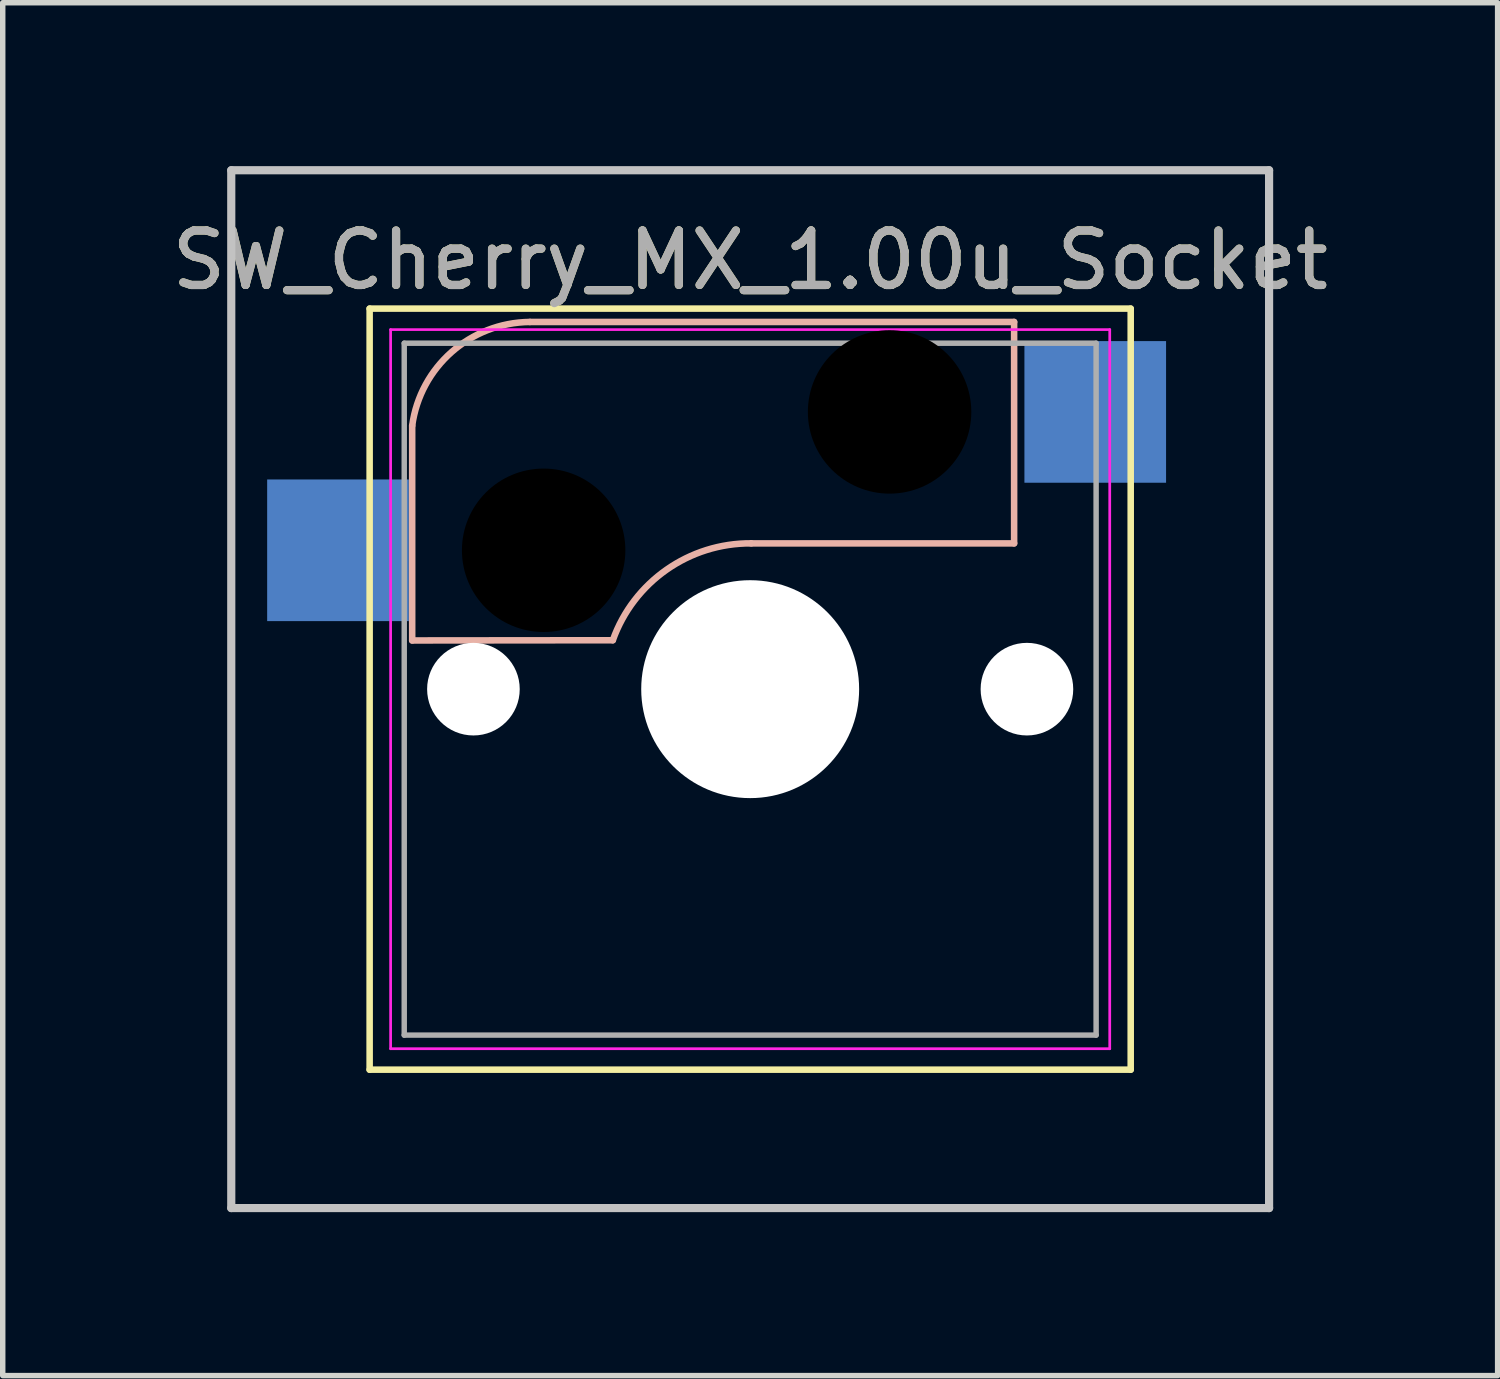
<source format=kicad_pcb>
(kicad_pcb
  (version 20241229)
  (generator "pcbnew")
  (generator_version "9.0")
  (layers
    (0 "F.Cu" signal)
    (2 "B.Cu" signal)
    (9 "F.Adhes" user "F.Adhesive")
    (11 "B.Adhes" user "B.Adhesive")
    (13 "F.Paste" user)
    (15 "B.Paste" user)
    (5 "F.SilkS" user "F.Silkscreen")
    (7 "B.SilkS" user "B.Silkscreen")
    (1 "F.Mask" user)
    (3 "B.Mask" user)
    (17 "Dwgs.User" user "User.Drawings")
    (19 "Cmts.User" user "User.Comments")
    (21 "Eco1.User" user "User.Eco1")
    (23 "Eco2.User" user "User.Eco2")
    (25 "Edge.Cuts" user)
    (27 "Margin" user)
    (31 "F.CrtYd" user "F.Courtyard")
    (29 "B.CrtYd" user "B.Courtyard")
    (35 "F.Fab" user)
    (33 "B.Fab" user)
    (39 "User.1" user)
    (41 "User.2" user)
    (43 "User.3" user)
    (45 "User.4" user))
  (footprint "SW_Cherry_MX_1.00u_Socket"
    (layer "F.Cu")
    (at 13.26 4.52)
    (property "Reference" "SW_Cherry_MX_1.00u_Socket" (at -2.54 -2.794 0) (layer "F.SilkS") (effects (font (size 1 1) (thickness 0.15))))
    (attr through_hole)
    (fp_line (start -9.525 -1.905) (end 4.445 -1.905) (stroke (width 0.12) (type solid)) (layer "F.SilkS"))
    (fp_line (start -9.525 12.065) (end -9.525 -1.905) (stroke (width 0.12) (type solid)) (layer "F.SilkS"))
    (fp_line (start 4.445 -1.905) (end 4.445 12.065) (stroke (width 0.12) (type solid)) (layer "F.SilkS"))
    (fp_line (start 4.445 12.065) (end -9.525 12.065) (stroke (width 0.12) (type solid)) (layer "F.SilkS"))
    (fp_line (start -8.744 4.186) (end -8.744 0.245) (stroke (width 0.12) (type solid)) (layer "B.SilkS"))
    (fp_line (start -8.744 4.186) (end -5.061 4.182) (stroke (width 0.12) (type solid)) (layer "B.SilkS"))
    (fp_line (start -2.521 2.404) (end 2.305 2.404) (stroke (width 0.12) (type solid)) (layer "B.SilkS"))
    (fp_line (start 2.305 -1.66) (end -6.585 -1.66) (stroke (width 0.12) (type solid)) (layer "B.SilkS"))
    (fp_line (start 2.305 2.404) (end 2.305 -1.66) (stroke (width 0.12) (type solid)) (layer "B.SilkS"))
    (fp_arc (start -8.74408 0.244744) (mid -8.018786 -1.10919) (end -6.58508 -1.660256) (stroke (width 0.12) (type solid)) (layer "B.SilkS"))
    (fp_arc (start -5.06108 4.181744) (mid -4.074771 2.887471) (end -2.52108 2.403744) (stroke (width 0.12) (type solid)) (layer "B.SilkS"))
    (fp_line (start -12.065 -4.445) (end 6.985 -4.445) (stroke (width 0.15) (type solid)) (layer "Dwgs.User"))
    (fp_line (start -12.065 14.605) (end -12.065 -4.445) (stroke (width 0.15) (type solid)) (layer "Dwgs.User"))
    (fp_line (start 6.985 -4.445) (end 6.985 14.605) (stroke (width 0.15) (type solid)) (layer "Dwgs.User"))
    (fp_line (start 6.985 14.605) (end -12.065 14.605) (stroke (width 0.15) (type solid)) (layer "Dwgs.User"))
    (fp_line (start -9.14 -1.52) (end 4.06 -1.52) (stroke (width 0.05) (type solid)) (layer "F.CrtYd"))
    (fp_line (start -9.14 11.68) (end -9.14 -1.52) (stroke (width 0.05) (type solid)) (layer "F.CrtYd"))
    (fp_line (start 4.06 -1.52) (end 4.06 11.68) (stroke (width 0.05) (type solid)) (layer "F.CrtYd"))
    (fp_line (start 4.06 11.68) (end -9.14 11.68) (stroke (width 0.05) (type solid)) (layer "F.CrtYd"))
    (fp_line (start -8.89 -1.27) (end 3.81 -1.27) (stroke (width 0.1) (type solid)) (layer "F.Fab"))
    (fp_line (start -8.89 11.43) (end -8.89 -1.27) (stroke (width 0.1) (type solid)) (layer "F.Fab"))
    (fp_line (start 3.81 -1.27) (end 3.81 11.43) (stroke (width 0.1) (type solid)) (layer "F.Fab"))
    (fp_line (start 3.81 11.43) (end -8.89 11.43) (stroke (width 0.1) (type solid)) (layer "F.Fab"))
    (fp_text user "${REFERENCE}" (at -2.54 -2.794 0) (layer "F.Fab") (effects (font (size 1 1) (thickness 0.15))))
    (pad "" np_thru_hole circle (at -7.62 5.08) (size 1.7 1.7) (drill 1.7) (layers "*.Cu" "*.Mask"))
    (pad "" np_thru_hole circle (at -6.331 2.531 180) (size 3 3) (drill 3) (layers "*.Mask"))
    (pad "" np_thru_hole circle (at -2.54 5.08) (size 4 4) (drill 4) (layers "*.Cu" "*.Mask"))
    (pad "" np_thru_hole circle (at 0.019 -0.009 180) (size 3 3) (drill 3) (layers "*.Mask"))
    (pad "" np_thru_hole circle (at 2.54 5.08) (size 1.7 1.7) (drill 1.7) (layers "*.Cu" "*.Mask"))
    (pad "1" smd rect (at 3.794 -0.009 180) (size 2.6 2.6) (layers "B.Cu" "B.Mask" "B.Paste"))
    (pad "2" smd rect (at -10.106 2.531 180) (size 2.6 2.6) (layers "B.Cu" "B.Mask" "B.Paste")))
  (gr_rect
    (start -3 -3)
    (end 24.44 22.2)
    (stroke (width 0.1) (type default))
    (fill no)
    (layer "Edge.Cuts")))
</source>
